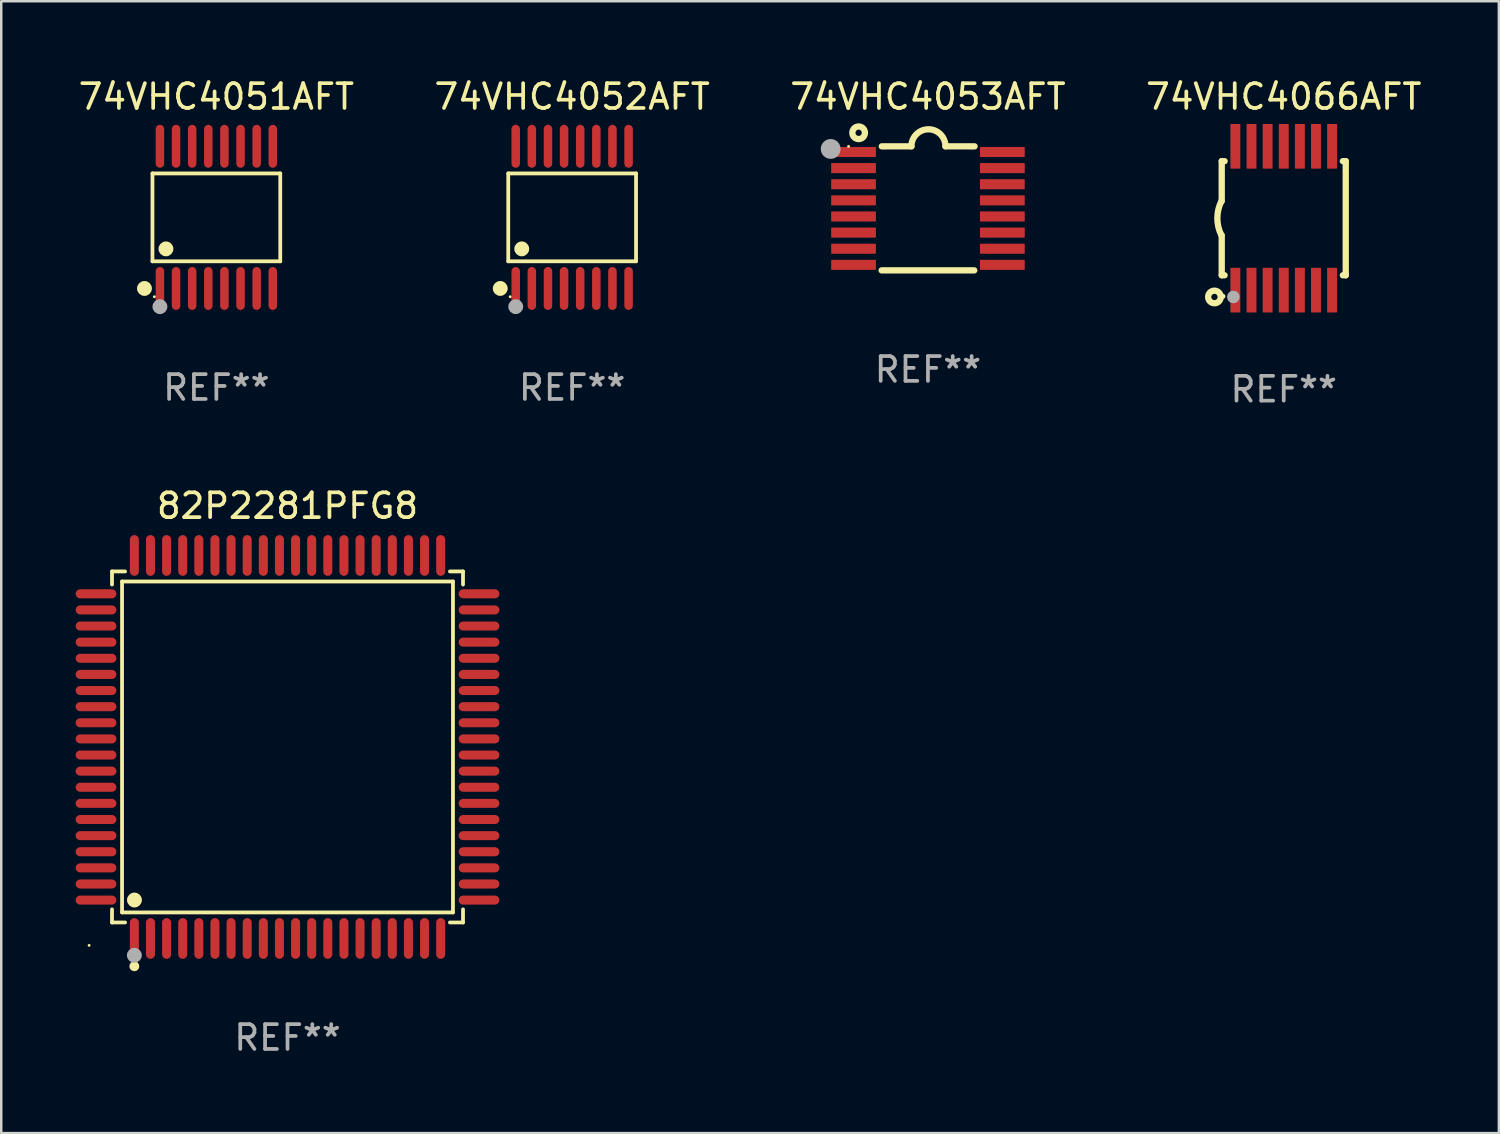
<source format=kicad_pcb>
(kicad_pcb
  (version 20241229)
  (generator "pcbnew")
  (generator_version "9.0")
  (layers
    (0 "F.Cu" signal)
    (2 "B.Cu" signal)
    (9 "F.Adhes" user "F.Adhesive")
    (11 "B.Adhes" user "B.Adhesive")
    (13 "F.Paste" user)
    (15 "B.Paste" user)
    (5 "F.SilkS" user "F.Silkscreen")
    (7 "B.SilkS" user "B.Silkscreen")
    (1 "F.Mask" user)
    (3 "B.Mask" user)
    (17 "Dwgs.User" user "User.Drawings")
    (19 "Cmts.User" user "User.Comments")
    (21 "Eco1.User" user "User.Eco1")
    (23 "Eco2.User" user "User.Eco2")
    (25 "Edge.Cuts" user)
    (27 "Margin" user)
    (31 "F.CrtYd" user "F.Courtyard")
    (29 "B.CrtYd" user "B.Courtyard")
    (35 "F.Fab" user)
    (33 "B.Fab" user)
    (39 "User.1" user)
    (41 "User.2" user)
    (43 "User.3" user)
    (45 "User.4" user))
  (footprint "74VHC4053AFT"
    (layer "F.Cu")
    (at 34.363 5.35)
    (property "Reference" "74VHC4053AFT" (at 0 -4.501 0) (layer "F.SilkS") (effects (font (size 1 1) (thickness 0.15))))
    (attr through_hole)
    (fp_line (start -1.868 2.501) (end 1.868 2.501) (stroke (width 0.254) (type solid)) (layer "F.SilkS"))
    (fp_line (start -1.86 -2.499) (end -0.666 -2.501) (stroke (width 0.254) (type solid)) (layer "F.SilkS"))
    (fp_line (start 0.706 -2.501) (end 1.88 -2.499) (stroke (width 0.254) (type solid)) (layer "F.SilkS"))
    (fp_arc (start -0.665914 -2.501448) (mid 0.019888 -3.18725) (end 0.70569 -2.501448) (stroke (width 0.254001) (type solid)) (layer "F.SilkS"))
    (fp_circle (center -3.2 -2.497) (end -3.17 -2.497) (stroke (width 0.06) (type solid)) (fill no) (layer "F.SilkS"))
    (fp_circle (center -2.794 -3.047) (end -2.54 -3.047) (stroke (width 0.254) (type solid)) (fill no) (layer "F.SilkS"))
    (fp_circle (center -3.921 -2.395) (end -3.721 -2.395) (stroke (width 0.4) (type solid)) (fill no) (layer "F.Fab"))
    (fp_text user "REF**" (at 0 6.501 0) (layer "F.Fab") (effects (font (size 1 1) (thickness 0.15))))
    (pad "1" smd rect (at -3 -2.272) (size 1.803 0.406) (layers "F.Cu" "F.Mask" "F.Paste"))
    (pad "2" smd rect (at -3 -1.622) (size 1.803 0.406) (layers "F.Cu" "F.Mask" "F.Paste"))
    (pad "3" smd rect (at -3 -0.972) (size 1.803 0.406) (layers "F.Cu" "F.Mask" "F.Paste"))
    (pad "4" smd rect (at -3 -0.322) (size 1.803 0.406) (layers "F.Cu" "F.Mask" "F.Paste"))
    (pad "5" smd rect (at -3 0.328) (size 1.803 0.406) (layers "F.Cu" "F.Mask" "F.Paste"))
    (pad "6" smd rect (at -3 0.978) (size 1.803 0.406) (layers "F.Cu" "F.Mask" "F.Paste"))
    (pad "7" smd rect (at -3 1.628) (size 1.803 0.406) (layers "F.Cu" "F.Mask" "F.Paste"))
    (pad "8" smd rect (at -3 2.278) (size 1.803 0.406) (layers "F.Cu" "F.Mask" "F.Paste"))
    (pad "9" smd rect (at 3 2.278) (size 1.803 0.406) (layers "F.Cu" "F.Mask" "F.Paste"))
    (pad "10" smd rect (at 3 1.628) (size 1.803 0.406) (layers "F.Cu" "F.Mask" "F.Paste"))
    (pad "11" smd rect (at 3 0.978) (size 1.803 0.406) (layers "F.Cu" "F.Mask" "F.Paste"))
    (pad "12" smd rect (at 3 0.328) (size 1.803 0.406) (layers "F.Cu" "F.Mask" "F.Paste"))
    (pad "13" smd rect (at 3 -0.322) (size 1.803 0.406) (layers "F.Cu" "F.Mask" "F.Paste"))
    (pad "14" smd rect (at 3 -0.972) (size 1.803 0.406) (layers "F.Cu" "F.Mask" "F.Paste"))
    (pad "15" smd rect (at 3 -1.622) (size 1.803 0.406) (layers "F.Cu" "F.Mask" "F.Paste"))
    (pad "16" smd rect (at 3 -2.272) (size 1.803 0.406) (layers "F.Cu" "F.Mask" "F.Paste")))
  (footprint "74VHC4051AFT"
    (layer "F.Cu")
    (at 5.673 5.714)
    (property "Reference" "74VHC4051AFT" (at 0 -4.866 0) (layer "F.SilkS") (effects (font (size 1 1) (thickness 0.15))))
    (attr through_hole)
    (fp_line (start -2.576 -1.772) (end 2.576 -1.772) (stroke (width 0.152) (type solid)) (layer "F.SilkS"))
    (fp_line (start -2.576 1.771) (end -2.576 -1.772) (stroke (width 0.152) (type solid)) (layer "F.SilkS"))
    (fp_line (start 2.576 -1.772) (end 2.576 1.771) (stroke (width 0.152) (type solid)) (layer "F.SilkS"))
    (fp_line (start 2.576 1.771) (end -2.576 1.771) (stroke (width 0.152) (type solid)) (layer "F.SilkS"))
    (fp_circle (center -2.899 2.866) (end -2.749 2.866) (stroke (width 0.3) (type solid)) (fill no) (layer "F.SilkS"))
    (fp_circle (center -2.5 3.2) (end -2.47 3.2) (stroke (width 0.06) (type solid)) (fill no) (layer "F.SilkS"))
    (fp_circle (center -2.032 1.27) (end -1.882 1.27) (stroke (width 0.3) (type solid)) (fill no) (layer "F.SilkS"))
    (fp_circle (center -2.275 3.6) (end -2.125 3.6) (stroke (width 0.3) (type solid)) (fill no) (layer "F.Fab"))
    (fp_text user "REF**" (at 0 6.866 0) (layer "F.Fab") (effects (font (size 1 1) (thickness 0.15))))
    (pad "1" smd oval (at -2.275 2.866) (size 0.343 1.731) (layers "F.Cu" "F.Mask" "F.Paste"))
    (pad "2" smd oval (at -1.625 2.866) (size 0.343 1.731) (layers "F.Cu" "F.Mask" "F.Paste"))
    (pad "3" smd oval (at -0.975 2.866) (size 0.343 1.731) (layers "F.Cu" "F.Mask" "F.Paste"))
    (pad "4" smd oval (at -0.325 2.866) (size 0.343 1.731) (layers "F.Cu" "F.Mask" "F.Paste"))
    (pad "5" smd oval (at 0.325 2.866) (size 0.343 1.731) (layers "F.Cu" "F.Mask" "F.Paste"))
    (pad "6" smd oval (at 0.975 2.866) (size 0.343 1.731) (layers "F.Cu" "F.Mask" "F.Paste"))
    (pad "7" smd oval (at 1.625 2.866) (size 0.343 1.731) (layers "F.Cu" "F.Mask" "F.Paste"))
    (pad "8" smd oval (at 2.275 2.866) (size 0.343 1.731) (layers "F.Cu" "F.Mask" "F.Paste"))
    (pad "9" smd oval (at 2.275 -2.866) (size 0.343 1.731) (layers "F.Cu" "F.Mask" "F.Paste"))
    (pad "10" smd oval (at 1.625 -2.866) (size 0.343 1.731) (layers "F.Cu" "F.Mask" "F.Paste"))
    (pad "11" smd oval (at 0.975 -2.866) (size 0.343 1.731) (layers "F.Cu" "F.Mask" "F.Paste"))
    (pad "12" smd oval (at 0.325 -2.866) (size 0.343 1.731) (layers "F.Cu" "F.Mask" "F.Paste"))
    (pad "13" smd oval (at -0.325 -2.866) (size 0.343 1.731) (layers "F.Cu" "F.Mask" "F.Paste"))
    (pad "14" smd oval (at -0.975 -2.866) (size 0.343 1.731) (layers "F.Cu" "F.Mask" "F.Paste"))
    (pad "15" smd oval (at -1.625 -2.866) (size 0.343 1.731) (layers "F.Cu" "F.Mask" "F.Paste"))
    (pad "16" smd oval (at -2.275 -2.866) (size 0.343 1.731) (layers "F.Cu" "F.Mask" "F.Paste")))
  (footprint "74VHC4066AFT"
    (layer "F.Cu")
    (at 48.708 5.748)
    (property "Reference" "74VHC4066AFT" (at 0 -4.9 0) (layer "F.SilkS") (effects (font (size 1 1) (thickness 0.15))))
    (attr through_hole)
    (fp_line (start -2.5 -2.3) (end -2.384 -2.3) (stroke (width 0.254) (type solid)) (layer "F.SilkS"))
    (fp_line (start -2.5 -0.686) (end -2.5 -2.3) (stroke (width 0.254) (type solid)) (layer "F.SilkS"))
    (fp_line (start -2.5 2.3) (end -2.5 0.686) (stroke (width 0.254) (type solid)) (layer "F.SilkS"))
    (fp_line (start -2.5 2.3) (end -2.384 2.3) (stroke (width 0.254) (type solid)) (layer "F.SilkS"))
    (fp_line (start 2.384 -2.3) (end 2.5 -2.3) (stroke (width 0.254) (type solid)) (layer "F.SilkS"))
    (fp_line (start 2.384 2.3) (end 2.5 2.3) (stroke (width 0.254) (type solid)) (layer "F.SilkS"))
    (fp_line (start 2.5 2.3) (end 2.5 -2.3) (stroke (width 0.254) (type solid)) (layer "F.SilkS"))
    (fp_arc (start -2.514605 0.685802) (mid -2.676501 0) (end -2.514605 -0.685801) (stroke (width 0.254001) (type solid)) (layer "F.SilkS"))
    (fp_circle (center -2.794 3.175) (end -2.54 3.175) (stroke (width 0.254) (type solid)) (fill no) (layer "F.SilkS"))
    (fp_circle (center -2.45 3.15) (end -2.4 3.15) (stroke (width 0.1) (type solid)) (fill no) (layer "F.SilkS"))
    (fp_circle (center -2.032 3.175) (end -1.905 3.175) (stroke (width 0.254) (type solid)) (fill no) (layer "F.Fab"))
    (fp_text user "REF**" (at 0 6.9 0) (layer "F.Fab") (effects (font (size 1 1) (thickness 0.15))))
    (pad "1" smd rect (at -1.95 2.9 90) (size 1.8 0.4) (layers "F.Cu" "F.Mask" "F.Paste"))
    (pad "2" smd rect (at -1.3 2.9 90) (size 1.8 0.4) (layers "F.Cu" "F.Mask" "F.Paste"))
    (pad "3" smd rect (at -0.65 2.9 90) (size 1.8 0.4) (layers "F.Cu" "F.Mask" "F.Paste"))
    (pad "4" smd rect (at 0 2.9 90) (size 1.8 0.4) (layers "F.Cu" "F.Mask" "F.Paste"))
    (pad "5" smd rect (at 0.65 2.9 90) (size 1.8 0.4) (layers "F.Cu" "F.Mask" "F.Paste"))
    (pad "6" smd rect (at 1.3 2.9 90) (size 1.8 0.4) (layers "F.Cu" "F.Mask" "F.Paste"))
    (pad "7" smd rect (at 1.95 2.9 90) (size 1.8 0.4) (layers "F.Cu" "F.Mask" "F.Paste"))
    (pad "8" smd rect (at 1.95 -2.9 90) (size 1.8 0.4) (layers "F.Cu" "F.Mask" "F.Paste"))
    (pad "9" smd rect (at 1.3 -2.9 90) (size 1.8 0.4) (layers "F.Cu" "F.Mask" "F.Paste"))
    (pad "10" smd rect (at 0.65 -2.9 90) (size 1.8 0.4) (layers "F.Cu" "F.Mask" "F.Paste"))
    (pad "11" smd rect (at 0 -2.9 90) (size 1.8 0.4) (layers "F.Cu" "F.Mask" "F.Paste"))
    (pad "12" smd rect (at -0.65 -2.9 90) (size 1.8 0.4) (layers "F.Cu" "F.Mask" "F.Paste"))
    (pad "13" smd rect (at -1.3 -2.9 90) (size 1.8 0.4) (layers "F.Cu" "F.Mask" "F.Paste"))
    (pad "14" smd rect (at -1.95 -2.9 90) (size 1.8 0.4) (layers "F.Cu" "F.Mask" "F.Paste")))
  (footprint "82P2281PFG8"
    (layer "F.Cu")
    (at 8.542 27.066)
    (property "Reference" "82P2281PFG8" (at 0 -9.721 0) (layer "F.SilkS") (effects (font (size 1 1) (thickness 0.15))))
    (attr through_hole)
    (fp_line (start -7.076 -7.076) (end -6.548 -7.076) (stroke (width 0.152) (type solid)) (layer "F.SilkS"))
    (fp_line (start -7.076 -6.548) (end -7.076 -7.076) (stroke (width 0.152) (type solid)) (layer "F.SilkS"))
    (fp_line (start -7.076 6.548) (end -7.076 7.076) (stroke (width 0.152) (type solid)) (layer "F.SilkS"))
    (fp_line (start -7.076 7.076) (end -6.548 7.076) (stroke (width 0.152) (type solid)) (layer "F.SilkS"))
    (fp_line (start -6.671 -6.671) (end 6.671 -6.671) (stroke (width 0.152) (type solid)) (layer "F.SilkS"))
    (fp_line (start -6.671 6.671) (end -6.671 -6.671) (stroke (width 0.152) (type solid)) (layer "F.SilkS"))
    (fp_line (start 6.671 -6.671) (end 6.671 6.671) (stroke (width 0.152) (type solid)) (layer "F.SilkS"))
    (fp_line (start 6.671 6.671) (end -6.671 6.671) (stroke (width 0.152) (type solid)) (layer "F.SilkS"))
    (fp_line (start 7.076 -7.076) (end 6.548 -7.076) (stroke (width 0.152) (type solid)) (layer "F.SilkS"))
    (fp_line (start 7.076 -6.548) (end 7.076 -7.076) (stroke (width 0.152) (type solid)) (layer "F.SilkS"))
    (fp_line (start 7.076 6.548) (end 7.076 7.076) (stroke (width 0.152) (type solid)) (layer "F.SilkS"))
    (fp_line (start 7.076 7.076) (end 6.548 7.076) (stroke (width 0.152) (type solid)) (layer "F.SilkS"))
    (fp_circle (center -8 8) (end -7.97 8) (stroke (width 0.06) (type solid)) (fill no) (layer "F.SilkS"))
    (fp_circle (center -6.175 8.842) (end -6.075 8.842) (stroke (width 0.2) (type solid)) (fill no) (layer "F.SilkS"))
    (fp_circle (center -6.171 6.171) (end -6.021 6.171) (stroke (width 0.3) (type solid)) (fill no) (layer "F.SilkS"))
    (fp_circle (center -6.175 8.4) (end -6.025 8.4) (stroke (width 0.3) (type solid)) (fill no) (layer "F.Fab"))
    (fp_text user "REF**" (at 0 11.721 0) (layer "F.Fab") (effects (font (size 1 1) (thickness 0.15))))
    (pad "1" smd oval (at -6.175 7.721) (size 0.364 1.642) (layers "F.Cu" "F.Mask" "F.Paste"))
    (pad "2" smd oval (at -5.525 7.721) (size 0.364 1.642) (layers "F.Cu" "F.Mask" "F.Paste"))
    (pad "3" smd oval (at -4.875 7.721) (size 0.364 1.642) (layers "F.Cu" "F.Mask" "F.Paste"))
    (pad "4" smd oval (at -4.225 7.721) (size 0.364 1.642) (layers "F.Cu" "F.Mask" "F.Paste"))
    (pad "5" smd oval (at -3.575 7.721) (size 0.364 1.642) (layers "F.Cu" "F.Mask" "F.Paste"))
    (pad "6" smd oval (at -2.925 7.721) (size 0.364 1.642) (layers "F.Cu" "F.Mask" "F.Paste"))
    (pad "7" smd oval (at -2.275 7.721) (size 0.364 1.642) (layers "F.Cu" "F.Mask" "F.Paste"))
    (pad "8" smd oval (at -1.625 7.721) (size 0.364 1.642) (layers "F.Cu" "F.Mask" "F.Paste"))
    (pad "9" smd oval (at -0.975 7.721) (size 0.364 1.642) (layers "F.Cu" "F.Mask" "F.Paste"))
    (pad "10" smd oval (at -0.325 7.721) (size 0.364 1.642) (layers "F.Cu" "F.Mask" "F.Paste"))
    (pad "11" smd oval (at 0.325 7.721) (size 0.364 1.642) (layers "F.Cu" "F.Mask" "F.Paste"))
    (pad "12" smd oval (at 0.975 7.721) (size 0.364 1.642) (layers "F.Cu" "F.Mask" "F.Paste"))
    (pad "13" smd oval (at 1.625 7.721) (size 0.364 1.642) (layers "F.Cu" "F.Mask" "F.Paste"))
    (pad "14" smd oval (at 2.275 7.721) (size 0.364 1.642) (layers "F.Cu" "F.Mask" "F.Paste"))
    (pad "15" smd oval (at 2.925 7.721) (size 0.364 1.642) (layers "F.Cu" "F.Mask" "F.Paste"))
    (pad "16" smd oval (at 3.575 7.721) (size 0.364 1.642) (layers "F.Cu" "F.Mask" "F.Paste"))
    (pad "17" smd oval (at 4.225 7.721) (size 0.364 1.642) (layers "F.Cu" "F.Mask" "F.Paste"))
    (pad "18" smd oval (at 4.875 7.721) (size 0.364 1.642) (layers "F.Cu" "F.Mask" "F.Paste"))
    (pad "19" smd oval (at 5.525 7.721) (size 0.364 1.642) (layers "F.Cu" "F.Mask" "F.Paste"))
    (pad "20" smd oval (at 6.175 7.721) (size 0.364 1.642) (layers "F.Cu" "F.Mask" "F.Paste"))
    (pad "21" smd oval (at 7.721 6.175) (size 1.642 0.364) (layers "F.Cu" "F.Mask" "F.Paste"))
    (pad "22" smd oval (at 7.721 5.525) (size 1.642 0.364) (layers "F.Cu" "F.Mask" "F.Paste"))
    (pad "23" smd oval (at 7.721 4.875) (size 1.642 0.364) (layers "F.Cu" "F.Mask" "F.Paste"))
    (pad "24" smd oval (at 7.721 4.225) (size 1.642 0.364) (layers "F.Cu" "F.Mask" "F.Paste"))
    (pad "25" smd oval (at 7.721 3.575) (size 1.642 0.364) (layers "F.Cu" "F.Mask" "F.Paste"))
    (pad "26" smd oval (at 7.721 2.925) (size 1.642 0.364) (layers "F.Cu" "F.Mask" "F.Paste"))
    (pad "27" smd oval (at 7.721 2.275) (size 1.642 0.364) (layers "F.Cu" "F.Mask" "F.Paste"))
    (pad "28" smd oval (at 7.721 1.625) (size 1.642 0.364) (layers "F.Cu" "F.Mask" "F.Paste"))
    (pad "29" smd oval (at 7.721 0.975) (size 1.642 0.364) (layers "F.Cu" "F.Mask" "F.Paste"))
    (pad "30" smd oval (at 7.721 0.325) (size 1.642 0.364) (layers "F.Cu" "F.Mask" "F.Paste"))
    (pad "31" smd oval (at 7.721 -0.325) (size 1.642 0.364) (layers "F.Cu" "F.Mask" "F.Paste"))
    (pad "32" smd oval (at 7.721 -0.975) (size 1.642 0.364) (layers "F.Cu" "F.Mask" "F.Paste"))
    (pad "33" smd oval (at 7.721 -1.625) (size 1.642 0.364) (layers "F.Cu" "F.Mask" "F.Paste"))
    (pad "34" smd oval (at 7.721 -2.275) (size 1.642 0.364) (layers "F.Cu" "F.Mask" "F.Paste"))
    (pad "35" smd oval (at 7.721 -2.925) (size 1.642 0.364) (layers "F.Cu" "F.Mask" "F.Paste"))
    (pad "36" smd oval (at 7.721 -3.575) (size 1.642 0.364) (layers "F.Cu" "F.Mask" "F.Paste"))
    (pad "37" smd oval (at 7.721 -4.225) (size 1.642 0.364) (layers "F.Cu" "F.Mask" "F.Paste"))
    (pad "38" smd oval (at 7.721 -4.875) (size 1.642 0.364) (layers "F.Cu" "F.Mask" "F.Paste"))
    (pad "39" smd oval (at 7.721 -5.525) (size 1.642 0.364) (layers "F.Cu" "F.Mask" "F.Paste"))
    (pad "40" smd oval (at 7.721 -6.175) (size 1.642 0.364) (layers "F.Cu" "F.Mask" "F.Paste"))
    (pad "41" smd oval (at 6.175 -7.721) (size 0.364 1.642) (layers "F.Cu" "F.Mask" "F.Paste"))
    (pad "42" smd oval (at 5.525 -7.721) (size 0.364 1.642) (layers "F.Cu" "F.Mask" "F.Paste"))
    (pad "43" smd oval (at 4.875 -7.721) (size 0.364 1.642) (layers "F.Cu" "F.Mask" "F.Paste"))
    (pad "44" smd oval (at 4.225 -7.721) (size 0.364 1.642) (layers "F.Cu" "F.Mask" "F.Paste"))
    (pad "45" smd oval (at 3.575 -7.721) (size 0.364 1.642) (layers "F.Cu" "F.Mask" "F.Paste"))
    (pad "46" smd oval (at 2.925 -7.721) (size 0.364 1.642) (layers "F.Cu" "F.Mask" "F.Paste"))
    (pad "47" smd oval (at 2.275 -7.721) (size 0.364 1.642) (layers "F.Cu" "F.Mask" "F.Paste"))
    (pad "48" smd oval (at 1.625 -7.721) (size 0.364 1.642) (layers "F.Cu" "F.Mask" "F.Paste"))
    (pad "49" smd oval (at 0.975 -7.721) (size 0.364 1.642) (layers "F.Cu" "F.Mask" "F.Paste"))
    (pad "50" smd oval (at 0.325 -7.721) (size 0.364 1.642) (layers "F.Cu" "F.Mask" "F.Paste"))
    (pad "51" smd oval (at -0.325 -7.721) (size 0.364 1.642) (layers "F.Cu" "F.Mask" "F.Paste"))
    (pad "52" smd oval (at -0.975 -7.721) (size 0.364 1.642) (layers "F.Cu" "F.Mask" "F.Paste"))
    (pad "53" smd oval (at -1.625 -7.721) (size 0.364 1.642) (layers "F.Cu" "F.Mask" "F.Paste"))
    (pad "54" smd oval (at -2.275 -7.721) (size 0.364 1.642) (layers "F.Cu" "F.Mask" "F.Paste"))
    (pad "55" smd oval (at -2.925 -7.721) (size 0.364 1.642) (layers "F.Cu" "F.Mask" "F.Paste"))
    (pad "56" smd oval (at -3.575 -7.721) (size 0.364 1.642) (layers "F.Cu" "F.Mask" "F.Paste"))
    (pad "57" smd oval (at -4.225 -7.721) (size 0.364 1.642) (layers "F.Cu" "F.Mask" "F.Paste"))
    (pad "58" smd oval (at -4.875 -7.721) (size 0.364 1.642) (layers "F.Cu" "F.Mask" "F.Paste"))
    (pad "59" smd oval (at -5.525 -7.721) (size 0.364 1.642) (layers "F.Cu" "F.Mask" "F.Paste"))
    (pad "60" smd oval (at -6.175 -7.721) (size 0.364 1.642) (layers "F.Cu" "F.Mask" "F.Paste"))
    (pad "61" smd oval (at -7.721 -6.175) (size 1.642 0.364) (layers "F.Cu" "F.Mask" "F.Paste"))
    (pad "62" smd oval (at -7.721 -5.525) (size 1.642 0.364) (layers "F.Cu" "F.Mask" "F.Paste"))
    (pad "63" smd oval (at -7.721 -4.875) (size 1.642 0.364) (layers "F.Cu" "F.Mask" "F.Paste"))
    (pad "64" smd oval (at -7.721 -4.225) (size 1.642 0.364) (layers "F.Cu" "F.Mask" "F.Paste"))
    (pad "65" smd oval (at -7.721 -3.575) (size 1.642 0.364) (layers "F.Cu" "F.Mask" "F.Paste"))
    (pad "66" smd oval (at -7.721 -2.925) (size 1.642 0.364) (layers "F.Cu" "F.Mask" "F.Paste"))
    (pad "67" smd oval (at -7.721 -2.275) (size 1.642 0.364) (layers "F.Cu" "F.Mask" "F.Paste"))
    (pad "68" smd oval (at -7.721 -1.625) (size 1.642 0.364) (layers "F.Cu" "F.Mask" "F.Paste"))
    (pad "69" smd oval (at -7.721 -0.975) (size 1.642 0.364) (layers "F.Cu" "F.Mask" "F.Paste"))
    (pad "70" smd oval (at -7.721 -0.325) (size 1.642 0.364) (layers "F.Cu" "F.Mask" "F.Paste"))
    (pad "71" smd oval (at -7.721 0.325) (size 1.642 0.364) (layers "F.Cu" "F.Mask" "F.Paste"))
    (pad "72" smd oval (at -7.721 0.975) (size 1.642 0.364) (layers "F.Cu" "F.Mask" "F.Paste"))
    (pad "73" smd oval (at -7.721 1.625) (size 1.642 0.364) (layers "F.Cu" "F.Mask" "F.Paste"))
    (pad "74" smd oval (at -7.721 2.275) (size 1.642 0.364) (layers "F.Cu" "F.Mask" "F.Paste"))
    (pad "75" smd oval (at -7.721 2.925) (size 1.642 0.364) (layers "F.Cu" "F.Mask" "F.Paste"))
    (pad "76" smd oval (at -7.721 3.575) (size 1.642 0.364) (layers "F.Cu" "F.Mask" "F.Paste"))
    (pad "77" smd oval (at -7.721 4.225) (size 1.642 0.364) (layers "F.Cu" "F.Mask" "F.Paste"))
    (pad "78" smd oval (at -7.721 4.875) (size 1.642 0.364) (layers "F.Cu" "F.Mask" "F.Paste"))
    (pad "79" smd oval (at -7.721 5.525) (size 1.642 0.364) (layers "F.Cu" "F.Mask" "F.Paste"))
    (pad "80" smd oval (at -7.721 6.175) (size 1.642 0.364) (layers "F.Cu" "F.Mask" "F.Paste")))
  (footprint "74VHC4052AFT"
    (layer "F.Cu")
    (at 20.018 5.714)
    (property "Reference" "74VHC4052AFT" (at 0 -4.866 0) (layer "F.SilkS") (effects (font (size 1 1) (thickness 0.15))))
    (attr through_hole)
    (fp_line (start -2.576 -1.772) (end 2.576 -1.772) (stroke (width 0.152) (type solid)) (layer "F.SilkS"))
    (fp_line (start -2.576 1.771) (end -2.576 -1.772) (stroke (width 0.152) (type solid)) (layer "F.SilkS"))
    (fp_line (start 2.576 -1.772) (end 2.576 1.771) (stroke (width 0.152) (type solid)) (layer "F.SilkS"))
    (fp_line (start 2.576 1.771) (end -2.576 1.771) (stroke (width 0.152) (type solid)) (layer "F.SilkS"))
    (fp_circle (center -2.899 2.866) (end -2.749 2.866) (stroke (width 0.3) (type solid)) (fill no) (layer "F.SilkS"))
    (fp_circle (center -2.5 3.2) (end -2.47 3.2) (stroke (width 0.06) (type solid)) (fill no) (layer "F.SilkS"))
    (fp_circle (center -2.032 1.27) (end -1.882 1.27) (stroke (width 0.3) (type solid)) (fill no) (layer "F.SilkS"))
    (fp_circle (center -2.275 3.6) (end -2.125 3.6) (stroke (width 0.3) (type solid)) (fill no) (layer "F.Fab"))
    (fp_text user "REF**" (at 0 6.866 0) (layer "F.Fab") (effects (font (size 1 1) (thickness 0.15))))
    (pad "1" smd oval (at -2.275 2.866) (size 0.343 1.731) (layers "F.Cu" "F.Mask" "F.Paste"))
    (pad "2" smd oval (at -1.625 2.866) (size 0.343 1.731) (layers "F.Cu" "F.Mask" "F.Paste"))
    (pad "3" smd oval (at -0.975 2.866) (size 0.343 1.731) (layers "F.Cu" "F.Mask" "F.Paste"))
    (pad "4" smd oval (at -0.325 2.866) (size 0.343 1.731) (layers "F.Cu" "F.Mask" "F.Paste"))
    (pad "5" smd oval (at 0.325 2.866) (size 0.343 1.731) (layers "F.Cu" "F.Mask" "F.Paste"))
    (pad "6" smd oval (at 0.975 2.866) (size 0.343 1.731) (layers "F.Cu" "F.Mask" "F.Paste"))
    (pad "7" smd oval (at 1.625 2.866) (size 0.343 1.731) (layers "F.Cu" "F.Mask" "F.Paste"))
    (pad "8" smd oval (at 2.275 2.866) (size 0.343 1.731) (layers "F.Cu" "F.Mask" "F.Paste"))
    (pad "9" smd oval (at 2.275 -2.866) (size 0.343 1.731) (layers "F.Cu" "F.Mask" "F.Paste"))
    (pad "10" smd oval (at 1.625 -2.866) (size 0.343 1.731) (layers "F.Cu" "F.Mask" "F.Paste"))
    (pad "11" smd oval (at 0.975 -2.866) (size 0.343 1.731) (layers "F.Cu" "F.Mask" "F.Paste"))
    (pad "12" smd oval (at 0.325 -2.866) (size 0.343 1.731) (layers "F.Cu" "F.Mask" "F.Paste"))
    (pad "13" smd oval (at -0.325 -2.866) (size 0.343 1.731) (layers "F.Cu" "F.Mask" "F.Paste"))
    (pad "14" smd oval (at -0.975 -2.866) (size 0.343 1.731) (layers "F.Cu" "F.Mask" "F.Paste"))
    (pad "15" smd oval (at -1.625 -2.866) (size 0.343 1.731) (layers "F.Cu" "F.Mask" "F.Paste"))
    (pad "16" smd oval (at -2.275 -2.866) (size 0.343 1.731) (layers "F.Cu" "F.Mask" "F.Paste")))
  (gr_rect
    (start -3 -3)
    (end 57.381 42.635)
    (stroke (width 0.1) (type default))
    (fill no)
    (layer "Edge.Cuts")))
</source>
